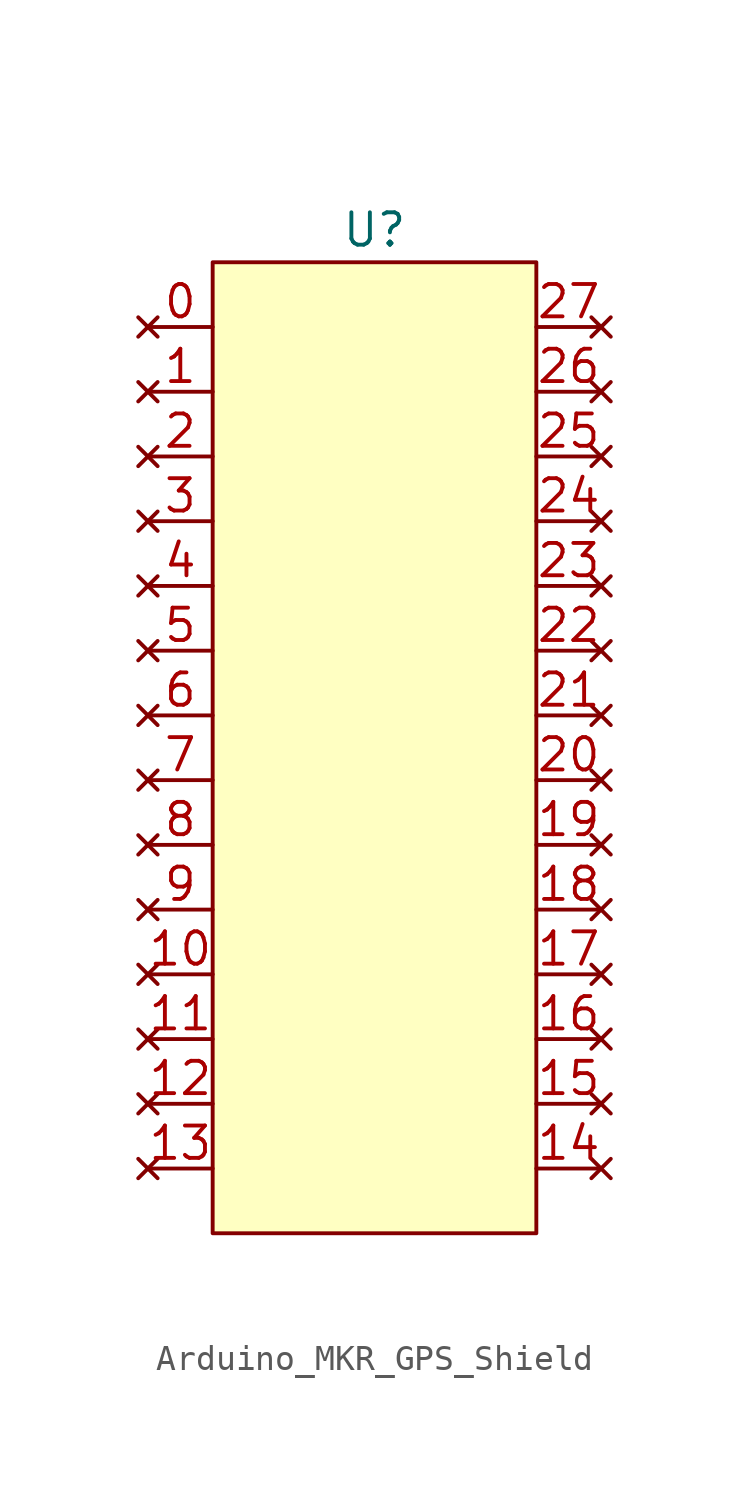
<source format=kicad_sym>
(kicad_symbol_lib
  (version 20220914)
  (generator kicad_symbol_editor)
  (symbol "Arduino_MKR_GPS_Shield"
    (property "Reference" "U"
      (at 6.35 1.27 0)
      (effects (font (size 1.27 1.27))))
    (property "Value" ""
      (at 0 1.27 0)
      (effects (font (size 1.27 1.27))))
    (symbol "Arduino_MKR_GPS_Shield_1_0"
      (pin no_connect line (at 15.24 -7.62 180) (length 2.54) (name "" (effects (font (size 1.27 1.27)))) (number "25" (effects (font (size 1.27 1.27))))))
    (symbol "Arduino_MKR_GPS_Shield_1_1"
      (rectangle (start 0 0) (end 12.7 -38.1) (stroke (width 0) (type default)) (fill (type background)))
      (pin no_connect line (at -2.54 -2.54 0) (length 2.54) (name "" (effects (font (size 1.27 1.27)))) (number "0" (effects (font (size 1.27 1.27)))))
      (pin no_connect line (at -2.54 -5.08 0) (length 2.54) (name "" (effects (font (size 1.27 1.27)))) (number "1" (effects (font (size 1.27 1.27)))))
      (pin no_connect line (at -2.54 -27.94 0) (length 2.54) (name "" (effects (font (size 1.27 1.27)))) (number "10" (effects (font (size 1.27 1.27)))))
      (pin no_connect line (at -2.54 -30.48 0) (length 2.54) (name "" (effects (font (size 1.27 1.27)))) (number "11" (effects (font (size 1.27 1.27)))))
      (pin no_connect line (at -2.54 -33.02 0) (length 2.54) (name "" (effects (font (size 1.27 1.27)))) (number "12" (effects (font (size 1.27 1.27)))))
      (pin no_connect line (at -2.54 -35.56 0) (length 2.54) (name "" (effects (font (size 1.27 1.27)))) (number "13" (effects (font (size 1.27 1.27)))))
      (pin no_connect line (at 15.24 -35.56 180) (length 2.54) (name "" (effects (font (size 1.27 1.27)))) (number "14" (effects (font (size 1.27 1.27)))))
      (pin no_connect line (at 15.24 -33.02 180) (length 2.54) (name "" (effects (font (size 1.27 1.27)))) (number "15" (effects (font (size 1.27 1.27)))))
      (pin no_connect line (at 15.24 -30.48 180) (length 2.54) (name "" (effects (font (size 1.27 1.27)))) (number "16" (effects (font (size 1.27 1.27)))))
      (pin no_connect line (at 15.24 -27.94 180) (length 2.54) (name "" (effects (font (size 1.27 1.27)))) (number "17" (effects (font (size 1.27 1.27)))))
      (pin no_connect line (at 15.24 -25.4 180) (length 2.54) (name "" (effects (font (size 1.27 1.27)))) (number "18" (effects (font (size 1.27 1.27)))))
      (pin no_connect line (at 15.24 -22.86 180) (length 2.54) (name "" (effects (font (size 1.27 1.27)))) (number "19" (effects (font (size 1.27 1.27)))))
      (pin no_connect line (at -2.54 -7.62 0) (length 2.54) (name "" (effects (font (size 1.27 1.27)))) (number "2" (effects (font (size 1.27 1.27)))))
      (pin no_connect line (at 15.24 -20.32 180) (length 2.54) (name "" (effects (font (size 1.27 1.27)))) (number "20" (effects (font (size 1.27 1.27)))))
      (pin no_connect line (at 15.24 -17.78 180) (length 2.54) (name "" (effects (font (size 1.27 1.27)))) (number "21" (effects (font (size 1.27 1.27)))))
      (pin no_connect line (at 15.24 -15.24 180) (length 2.54) (name "" (effects (font (size 1.27 1.27)))) (number "22" (effects (font (size 1.27 1.27)))))
      (pin no_connect line (at 15.24 -12.7 180) (length 2.54) (name "" (effects (font (size 1.27 1.27)))) (number "23" (effects (font (size 1.27 1.27)))))
      (pin no_connect line (at 15.24 -10.16 180) (length 2.54) (name "" (effects (font (size 1.27 1.27)))) (number "24" (effects (font (size 1.27 1.27)))))
      (pin no_connect line (at 15.24 -5.08 180) (length 2.54) (name "" (effects (font (size 1.27 1.27)))) (number "26" (effects (font (size 1.27 1.27)))))
      (pin no_connect line (at 15.24 -2.54 180) (length 2.54) (name "" (effects (font (size 1.27 1.27)))) (number "27" (effects (font (size 1.27 1.27)))))
      (pin no_connect line (at -2.54 -10.16 0) (length 2.54) (name "" (effects (font (size 1.27 1.27)))) (number "3" (effects (font (size 1.27 1.27)))))
      (pin no_connect line (at -2.54 -12.7 0) (length 2.54) (name "" (effects (font (size 1.27 1.27)))) (number "4" (effects (font (size 1.27 1.27)))))
      (pin no_connect line (at -2.54 -15.24 0) (length 2.54) (name "" (effects (font (size 1.27 1.27)))) (number "5" (effects (font (size 1.27 1.27)))))
      (pin no_connect line (at -2.54 -17.78 0) (length 2.54) (name "" (effects (font (size 1.27 1.27)))) (number "6" (effects (font (size 1.27 1.27)))))
      (pin no_connect line (at -2.54 -20.32 0) (length 2.54) (name "" (effects (font (size 1.27 1.27)))) (number "7" (effects (font (size 1.27 1.27)))))
      (pin no_connect line (at -2.54 -22.86 0) (length 2.54) (name "" (effects (font (size 1.27 1.27)))) (number "8" (effects (font (size 1.27 1.27)))))
      (pin no_connect line (at -2.54 -25.4 0) (length 2.54) (name "" (effects (font (size 1.27 1.27)))) (number "9" (effects (font (size 1.27 1.27))))))))
</source>
